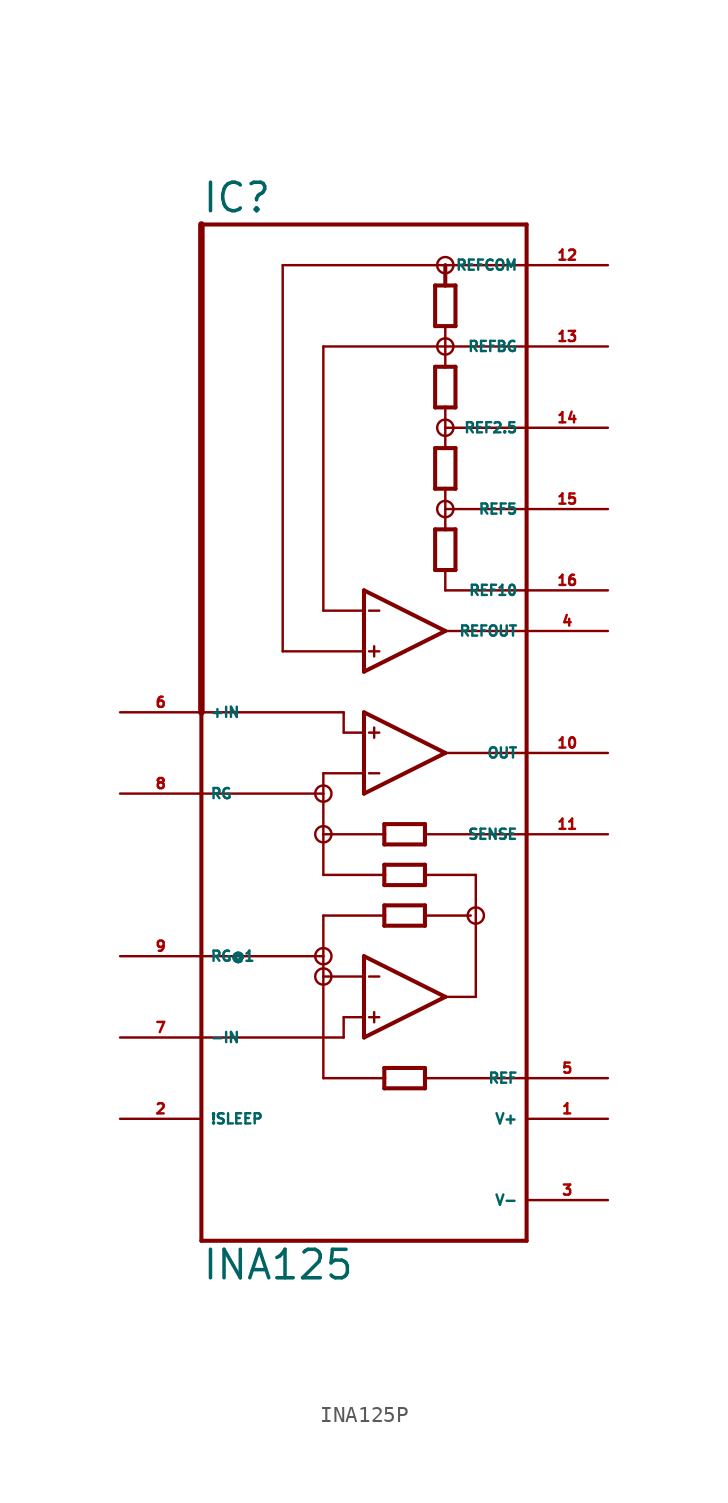
<source format=kicad_sym>
(kicad_symbol_lib
  (version 20220914)
  (generator Eagle2Kicad)
  (symbol "INA125P"
    (property "Reference" "IC"
      (at -12.7 28.575 0)
      (effects (font (size 1.778 1.778) (thickness 0.22)) (justify left bottom)))
    (property "Value" "INA125"
      (at -12.7 -38.1 0)
      (effects (font (size 1.778 1.778) (thickness 0.22)) (justify left bottom)))
    (polyline
      (pts (xy -2.54 -7.62) (xy -2.54 -6.35))
      (stroke (width 0.254) (type default))
      (fill (type none)))
    (polyline
      (pts (xy -2.54 -6.35) (xy -2.54 -3.81))
      (stroke (width 0.254) (type default))
      (fill (type none)))
    (polyline
      (pts (xy -2.54 -3.81) (xy -2.54 -2.54))
      (stroke (width 0.254) (type default))
      (fill (type none)))
    (polyline
      (pts (xy -2.54 -2.54) (xy 2.54 -5.08))
      (stroke (width 0.254) (type default))
      (fill (type none)))
    (polyline
      (pts (xy 2.54 -5.08) (xy -2.54 -7.62))
      (stroke (width 0.254) (type default))
      (fill (type none)))
    (polyline
      (pts (xy -2.54 -3.81) (xy -3.81 -3.81))
      (stroke (width 0.152) (type default))
      (fill (type none)))
    (polyline
      (pts (xy 1.27 -12.065) (xy 1.27 -12.7))
      (stroke (width 0.254) (type default))
      (fill (type none)))
    (polyline
      (pts (xy 1.27 -12.7) (xy 1.27 -13.335))
      (stroke (width 0.254) (type default))
      (fill (type none)))
    (polyline
      (pts (xy 1.27 -13.335) (xy -1.27 -13.335))
      (stroke (width 0.254) (type default))
      (fill (type none)))
    (polyline
      (pts (xy -1.27 -13.335) (xy -1.27 -12.7))
      (stroke (width 0.254) (type default))
      (fill (type none)))
    (polyline
      (pts (xy -1.27 -12.7) (xy -1.27 -12.065))
      (stroke (width 0.254) (type default))
      (fill (type none)))
    (polyline
      (pts (xy -1.27 -12.065) (xy 1.27 -12.065))
      (stroke (width 0.254) (type default))
      (fill (type none)))
    (polyline
      (pts (xy -1.27 -9.525) (xy -1.27 -10.16))
      (stroke (width 0.254) (type default))
      (fill (type none)))
    (polyline
      (pts (xy -1.27 -10.16) (xy -1.27 -10.795))
      (stroke (width 0.254) (type default))
      (fill (type none)))
    (polyline
      (pts (xy -1.27 -10.795) (xy 1.27 -10.795))
      (stroke (width 0.254) (type default))
      (fill (type none)))
    (polyline
      (pts (xy 1.27 -10.795) (xy 1.27 -10.16))
      (stroke (width 0.254) (type default))
      (fill (type none)))
    (polyline
      (pts (xy 1.27 -10.16) (xy 1.27 -9.525))
      (stroke (width 0.254) (type default))
      (fill (type none)))
    (polyline
      (pts (xy 1.27 -9.525) (xy -1.27 -9.525))
      (stroke (width 0.254) (type default))
      (fill (type none)))
    (polyline
      (pts (xy -2.54 -6.35) (xy -5.08 -6.35))
      (stroke (width 0.152) (type default))
      (fill (type none)))
    (polyline
      (pts (xy -5.08 -6.35) (xy -5.08 -7.62))
      (stroke (width 0.152) (type default))
      (fill (type none)))
    (polyline
      (pts (xy -2.223 -3.81) (xy -1.587 -3.81))
      (stroke (width 0.152) (type default))
      (fill (type none)))
    (polyline
      (pts (xy -2.223 -6.35) (xy -1.587 -6.35))
      (stroke (width 0.152) (type default))
      (fill (type none)))
    (polyline
      (pts (xy -1.905 -3.493) (xy -1.905 -4.128))
      (stroke (width 0.152) (type default))
      (fill (type none)))
    (polyline
      (pts (xy 2.54 -5.08) (xy 7.62 -5.08))
      (stroke (width 0.152) (type default))
      (fill (type none)))
    (polyline
      (pts (xy -12.7 -35.56) (xy 7.62 -35.56))
      (stroke (width 0.254) (type default))
      (fill (type none)))
    (polyline
      (pts (xy 7.62 -35.56) (xy 7.62 -25.4))
      (stroke (width 0.254) (type default))
      (fill (type none)))
    (polyline
      (pts (xy 7.62 -25.4) (xy 7.62 -10.16))
      (stroke (width 0.254) (type default))
      (fill (type none)))
    (polyline
      (pts (xy 7.62 -10.16) (xy 7.62 2.54))
      (stroke (width 0.254) (type default))
      (fill (type none)))
    (polyline
      (pts (xy 7.62 2.54) (xy 7.62 5.08))
      (stroke (width 0.254) (type default))
      (fill (type none)))
    (polyline
      (pts (xy 7.62 5.08) (xy 7.62 10.16))
      (stroke (width 0.254) (type default))
      (fill (type none)))
    (polyline
      (pts (xy 7.62 10.16) (xy 7.62 15.24))
      (stroke (width 0.254) (type default))
      (fill (type none)))
    (polyline
      (pts (xy 7.62 15.24) (xy 7.62 20.32))
      (stroke (width 0.254) (type default))
      (fill (type none)))
    (polyline
      (pts (xy 7.62 20.32) (xy 7.62 25.4))
      (stroke (width 0.254) (type default))
      (fill (type none)))
    (polyline
      (pts (xy 7.62 25.4) (xy 7.62 27.94))
      (stroke (width 0.254) (type default))
      (fill (type none)))
    (polyline
      (pts (xy 7.62 27.94) (xy -12.7 27.94))
      (stroke (width 0.254) (type default))
      (fill (type none)))
    (polyline
      (pts (xy -12.7 -2.54) (xy -12.7 -7.62))
      (stroke (width 0.254) (type default))
      (fill (type none)))
    (polyline
      (pts (xy -12.7 -7.62) (xy -12.7 -17.78))
      (stroke (width 0.254) (type default))
      (fill (type none)))
    (polyline
      (pts (xy -12.7 -17.78) (xy -12.7 -22.86))
      (stroke (width 0.254) (type default))
      (fill (type none)))
    (polyline
      (pts (xy -12.7 -22.86) (xy -12.7 -35.56))
      (stroke (width 0.254) (type default))
      (fill (type none)))
    (polyline
      (pts (xy -2.54 -22.86) (xy -2.54 -21.59))
      (stroke (width 0.254) (type default))
      (fill (type none)))
    (polyline
      (pts (xy -2.54 -21.59) (xy -2.54 -19.05))
      (stroke (width 0.254) (type default))
      (fill (type none)))
    (polyline
      (pts (xy -2.54 -19.05) (xy -2.54 -17.78))
      (stroke (width 0.254) (type default))
      (fill (type none)))
    (polyline
      (pts (xy -2.54 -17.78) (xy 2.54 -20.32))
      (stroke (width 0.254) (type default))
      (fill (type none)))
    (polyline
      (pts (xy 2.54 -20.32) (xy -2.54 -22.86))
      (stroke (width 0.254) (type default))
      (fill (type none)))
    (polyline
      (pts (xy 1.27 -15.875) (xy 1.27 -15.24))
      (stroke (width 0.254) (type default))
      (fill (type none)))
    (polyline
      (pts (xy 1.27 -15.24) (xy 1.27 -14.605))
      (stroke (width 0.254) (type default))
      (fill (type none)))
    (polyline
      (pts (xy 1.27 -14.605) (xy -1.27 -14.605))
      (stroke (width 0.254) (type default))
      (fill (type none)))
    (polyline
      (pts (xy -1.27 -14.605) (xy -1.27 -15.24))
      (stroke (width 0.254) (type default))
      (fill (type none)))
    (polyline
      (pts (xy -1.27 -15.24) (xy -1.27 -15.875))
      (stroke (width 0.254) (type default))
      (fill (type none)))
    (polyline
      (pts (xy -1.27 -15.875) (xy 1.27 -15.875))
      (stroke (width 0.254) (type default))
      (fill (type none)))
    (polyline
      (pts (xy -1.27 -26.035) (xy -1.27 -25.4))
      (stroke (width 0.254) (type default))
      (fill (type none)))
    (polyline
      (pts (xy -1.27 -25.4) (xy -1.27 -24.765))
      (stroke (width 0.254) (type default))
      (fill (type none)))
    (polyline
      (pts (xy -1.27 -24.765) (xy 1.27 -24.765))
      (stroke (width 0.254) (type default))
      (fill (type none)))
    (polyline
      (pts (xy 1.27 -24.765) (xy 1.27 -25.4))
      (stroke (width 0.254) (type default))
      (fill (type none)))
    (polyline
      (pts (xy 1.27 -25.4) (xy 1.27 -26.035))
      (stroke (width 0.254) (type default))
      (fill (type none)))
    (polyline
      (pts (xy 1.27 -26.035) (xy -1.27 -26.035))
      (stroke (width 0.254) (type default))
      (fill (type none)))
    (polyline
      (pts (xy -2.54 -19.05) (xy -5.08 -19.05))
      (stroke (width 0.152) (type default))
      (fill (type none)))
    (polyline
      (pts (xy -5.08 -19.05) (xy -5.08 -17.78))
      (stroke (width 0.152) (type default))
      (fill (type none)))
    (polyline
      (pts (xy -2.54 -21.59) (xy -3.81 -21.59))
      (stroke (width 0.152) (type default))
      (fill (type none)))
    (polyline
      (pts (xy -2.223 -19.05) (xy -1.587 -19.05))
      (stroke (width 0.152) (type default))
      (fill (type none)))
    (polyline
      (pts (xy -2.223 -21.59) (xy -1.587 -21.59))
      (stroke (width 0.152) (type default))
      (fill (type none)))
    (polyline
      (pts (xy -1.905 -21.273) (xy -1.905 -21.907))
      (stroke (width 0.152) (type default))
      (fill (type none)))
    (polyline
      (pts (xy 2.54 -20.32) (xy 4.445 -20.32))
      (stroke (width 0.152) (type default))
      (fill (type none)))
    (polyline
      (pts (xy -12.7 -2.54) (xy -3.81 -2.54))
      (stroke (width 0.152) (type default))
      (fill (type none)))
    (polyline
      (pts (xy -3.81 -2.54) (xy -3.81 -3.81))
      (stroke (width 0.152) (type default))
      (fill (type none)))
    (polyline
      (pts (xy -12.7 -7.62) (xy -5.08 -7.62))
      (stroke (width 0.152) (type default))
      (fill (type none)))
    (polyline
      (pts (xy -5.08 -7.62) (xy -5.08 -10.16))
      (stroke (width 0.152) (type default))
      (fill (type none)))
    (polyline
      (pts (xy -5.08 -10.16) (xy -1.27 -10.16))
      (stroke (width 0.152) (type default))
      (fill (type none)))
    (polyline
      (pts (xy -3.81 -21.59) (xy -3.81 -22.86))
      (stroke (width 0.152) (type default))
      (fill (type none)))
    (polyline
      (pts (xy -3.81 -22.86) (xy -12.7 -22.86))
      (stroke (width 0.152) (type default))
      (fill (type none)))
    (polyline
      (pts (xy -12.7 -17.78) (xy -5.08 -17.78))
      (stroke (width 0.152) (type default))
      (fill (type none)))
    (polyline
      (pts (xy -5.08 -12.7) (xy -1.27 -12.7))
      (stroke (width 0.152) (type default))
      (fill (type none)))
    (polyline
      (pts (xy -5.08 -10.16) (xy -5.08 -12.7))
      (stroke (width 0.152) (type default))
      (fill (type none)))
    (polyline
      (pts (xy 1.27 -12.7) (xy 4.445 -12.7))
      (stroke (width 0.152) (type default))
      (fill (type none)))
    (polyline
      (pts (xy 4.445 -12.7) (xy 4.445 -20.32))
      (stroke (width 0.152) (type default))
      (fill (type none)))
    (polyline
      (pts (xy 1.27 -15.24) (xy 4.128 -15.24))
      (stroke (width 0.152) (type default))
      (fill (type none)))
    (polyline
      (pts (xy -1.27 -15.24) (xy -5.08 -15.24))
      (stroke (width 0.152) (type default))
      (fill (type none)))
    (polyline
      (pts (xy -5.08 -15.24) (xy -5.08 -17.78))
      (stroke (width 0.152) (type default))
      (fill (type none)))
    (polyline
      (pts (xy -5.08 -19.05) (xy -5.08 -25.4))
      (stroke (width 0.152) (type default))
      (fill (type none)))
    (polyline
      (pts (xy 1.27 -25.4) (xy 7.62 -25.4))
      (stroke (width 0.152) (type default))
      (fill (type none)))
    (polyline
      (pts (xy -5.08 -25.4) (xy -1.27 -25.4))
      (stroke (width 0.152) (type default))
      (fill (type none)))
    (polyline
      (pts (xy -2.54 5.08) (xy -2.54 3.81))
      (stroke (width 0.254) (type default))
      (fill (type none)))
    (polyline
      (pts (xy -2.54 3.81) (xy -2.54 1.27))
      (stroke (width 0.254) (type default))
      (fill (type none)))
    (polyline
      (pts (xy -2.54 1.27) (xy -2.54 0))
      (stroke (width 0.254) (type default))
      (fill (type none)))
    (polyline
      (pts (xy -2.54 0) (xy 2.54 2.54))
      (stroke (width 0.254) (type default))
      (fill (type none)))
    (polyline
      (pts (xy 2.54 2.54) (xy -2.54 5.08))
      (stroke (width 0.254) (type default))
      (fill (type none)))
    (polyline
      (pts (xy -2.54 3.81) (xy -5.08 3.81))
      (stroke (width 0.152) (type default))
      (fill (type none)))
    (polyline
      (pts (xy -2.223 1.27) (xy -1.587 1.27))
      (stroke (width 0.152) (type default))
      (fill (type none)))
    (polyline
      (pts (xy -2.223 3.81) (xy -1.587 3.81))
      (stroke (width 0.152) (type default))
      (fill (type none)))
    (polyline
      (pts (xy -1.905 0.953) (xy -1.905 1.587))
      (stroke (width 0.152) (type default))
      (fill (type none)))
    (polyline
      (pts (xy 3.175 6.35) (xy 2.54 6.35))
      (stroke (width 0.254) (type default))
      (fill (type none)))
    (polyline
      (pts (xy 2.54 6.35) (xy 1.905 6.35))
      (stroke (width 0.254) (type default))
      (fill (type none)))
    (polyline
      (pts (xy 1.905 6.35) (xy 1.905 8.89))
      (stroke (width 0.254) (type default))
      (fill (type none)))
    (polyline
      (pts (xy 1.905 8.89) (xy 2.54 8.89))
      (stroke (width 0.254) (type default))
      (fill (type none)))
    (polyline
      (pts (xy 2.54 8.89) (xy 3.175 8.89))
      (stroke (width 0.254) (type default))
      (fill (type none)))
    (polyline
      (pts (xy 3.175 8.89) (xy 3.175 6.35))
      (stroke (width 0.254) (type default))
      (fill (type none)))
    (polyline
      (pts (xy 3.175 11.43) (xy 2.54 11.43))
      (stroke (width 0.254) (type default))
      (fill (type none)))
    (polyline
      (pts (xy 2.54 11.43) (xy 1.905 11.43))
      (stroke (width 0.254) (type default))
      (fill (type none)))
    (polyline
      (pts (xy 1.905 11.43) (xy 1.905 13.97))
      (stroke (width 0.254) (type default))
      (fill (type none)))
    (polyline
      (pts (xy 1.905 13.97) (xy 2.54 13.97))
      (stroke (width 0.254) (type default))
      (fill (type none)))
    (polyline
      (pts (xy 2.54 13.97) (xy 3.175 13.97))
      (stroke (width 0.254) (type default))
      (fill (type none)))
    (polyline
      (pts (xy 3.175 13.97) (xy 3.175 11.43))
      (stroke (width 0.254) (type default))
      (fill (type none)))
    (polyline
      (pts (xy 3.175 16.51) (xy 2.54 16.51))
      (stroke (width 0.254) (type default))
      (fill (type none)))
    (polyline
      (pts (xy 2.54 16.51) (xy 1.905 16.51))
      (stroke (width 0.254) (type default))
      (fill (type none)))
    (polyline
      (pts (xy 1.905 16.51) (xy 1.905 19.05))
      (stroke (width 0.254) (type default))
      (fill (type none)))
    (polyline
      (pts (xy 1.905 19.05) (xy 2.54 19.05))
      (stroke (width 0.254) (type default))
      (fill (type none)))
    (polyline
      (pts (xy 2.54 19.05) (xy 3.175 19.05))
      (stroke (width 0.254) (type default))
      (fill (type none)))
    (polyline
      (pts (xy 3.175 19.05) (xy 3.175 16.51))
      (stroke (width 0.254) (type default))
      (fill (type none)))
    (polyline
      (pts (xy 3.175 21.59) (xy 1.905 21.59))
      (stroke (width 0.254) (type default))
      (fill (type none)))
    (polyline
      (pts (xy 1.905 21.59) (xy 1.905 24.13))
      (stroke (width 0.254) (type default))
      (fill (type none)))
    (polyline
      (pts (xy 1.905 24.13) (xy 2.54 24.13))
      (stroke (width 0.254) (type default))
      (fill (type none)))
    (polyline
      (pts (xy 2.54 24.13) (xy 3.175 24.13))
      (stroke (width 0.254) (type default))
      (fill (type none)))
    (polyline
      (pts (xy 3.175 24.13) (xy 3.175 21.59))
      (stroke (width 0.254) (type default))
      (fill (type none)))
    (polyline
      (pts (xy 2.54 5.08) (xy 7.62 5.08))
      (stroke (width 0.152) (type default))
      (fill (type none)))
    (polyline
      (pts (xy 2.54 10.16) (xy 7.62 10.16))
      (stroke (width 0.152) (type default))
      (fill (type none)))
    (polyline
      (pts (xy 2.54 15.24) (xy 7.62 15.24))
      (stroke (width 0.152) (type default))
      (fill (type none)))
    (polyline
      (pts (xy 2.54 20.32) (xy 7.62 20.32))
      (stroke (width 0.152) (type default))
      (fill (type none)))
    (polyline
      (pts (xy -7.62 1.27) (xy -7.62 25.4))
      (stroke (width 0.152) (type default))
      (fill (type none)))
    (polyline
      (pts (xy -7.62 25.4) (xy 2.54 25.4))
      (stroke (width 0.152) (type default))
      (fill (type none)))
    (polyline
      (pts (xy 2.54 25.4) (xy 7.62 25.4))
      (stroke (width 0.152) (type default))
      (fill (type none)))
    (polyline
      (pts (xy 2.54 2.54) (xy 7.62 2.54))
      (stroke (width 0.152) (type default))
      (fill (type none)))
    (polyline
      (pts (xy 2.54 5.08) (xy 2.54 6.35))
      (stroke (width 0.152) (type default))
      (fill (type none)))
    (polyline
      (pts (xy 2.54 11.43) (xy 2.54 10.16))
      (stroke (width 0.152) (type default))
      (fill (type none)))
    (polyline
      (pts (xy 2.54 10.16) (xy 2.54 8.89))
      (stroke (width 0.152) (type default))
      (fill (type none)))
    (polyline
      (pts (xy 2.54 16.51) (xy 2.54 15.24))
      (stroke (width 0.152) (type default))
      (fill (type none)))
    (polyline
      (pts (xy 2.54 15.24) (xy 2.54 13.97))
      (stroke (width 0.152) (type default))
      (fill (type none)))
    (polyline
      (pts (xy 2.54 21.526) (xy 2.54 20.32))
      (stroke (width 0.152) (type default))
      (fill (type none)))
    (polyline
      (pts (xy 2.54 20.32) (xy 2.54 19.05))
      (stroke (width 0.152) (type default))
      (fill (type none)))
    (polyline
      (pts (xy 2.54 25.4) (xy 2.54 24.13))
      (stroke (width 0.254) (type default))
      (fill (type none)))
    (polyline
      (pts (xy -2.54 1.27) (xy -7.62 1.27))
      (stroke (width 0.152) (type default))
      (fill (type none)))
    (polyline
      (pts (xy 2.54 20.32) (xy -5.08 20.32))
      (stroke (width 0.152) (type default))
      (fill (type none)))
    (polyline
      (pts (xy -5.08 20.32) (xy -5.08 3.81))
      (stroke (width 0.152) (type default))
      (fill (type none)))
    (polyline
      (pts (xy 1.27 -10.16) (xy 7.62 -10.16))
      (stroke (width 0.152) (type default))
      (fill (type none)))
    (polyline
      (pts (xy -12.7 27.94) (xy -12.7 -2.54))
      (stroke (width 0.406) (type default))
      (fill (type none)))
    (circle
      (center 2.54 15.24)
      (radius 0.508)
      (stroke (width 0) (type default))
      (fill (type none)))
    (circle
      (center 2.54 20.32)
      (radius 0.508)
      (stroke (width 0) (type default))
      (fill (type none)))
    (circle
      (center 2.54 25.4)
      (radius 0.508)
      (stroke (width 0) (type default))
      (fill (type none)))
    (circle
      (center 2.54 10.16)
      (radius 0.508)
      (stroke (width 0) (type default))
      (fill (type none)))
    (circle
      (center 4.445 -15.24)
      (radius 0.508)
      (stroke (width 0) (type default))
      (fill (type none)))
    (circle
      (center -5.08 -17.78)
      (radius 0.508)
      (stroke (width 0) (type default))
      (fill (type none)))
    (circle
      (center -5.08 -19.05)
      (radius 0.508)
      (stroke (width 0) (type default))
      (fill (type none)))
    (circle
      (center -5.08 -7.62)
      (radius 0.508)
      (stroke (width 0) (type default))
      (fill (type none)))
    (circle
      (center -5.08 -10.16)
      (radius 0.508)
      (stroke (width 0) (type default))
      (fill (type none)))
    (pin input line
      (at -17.78 -2.54 0)
      (length 5.08)
      (name "+IN" (effects (font (size 0.635 0.635) (thickness 0.08)) (justify left bottom)))
      (number "6" (effects (font (size 0.635 0.635) (thickness 0.08)) (justify left bottom))))
    (pin passive line
      (at -17.78 -7.62 0)
      (length 5.08)
      (name "RG" (effects (font (size 0.635 0.635) (thickness 0.08)) (justify left bottom)))
      (number "8" (effects (font (size 0.635 0.635) (thickness 0.08)) (justify left bottom))))
    (pin output line
      (at 12.7 -5.08 180)
      (length 5.08)
      (name "OUT" (effects (font (size 0.635 0.635) (thickness 0.08)) (justify left bottom)))
      (number "10" (effects (font (size 0.635 0.635) (thickness 0.08)) (justify left bottom))))
    (pin unspecified line
      (at 12.7 -27.94 180)
      (length 5.08)
      (name "V+" (effects (font (size 0.635 0.635) (thickness 0.08)) (justify left bottom)))
      (number "1" (effects (font (size 0.635 0.635) (thickness 0.08)) (justify left bottom))))
    (pin unspecified line
      (at 12.7 -33.02 180)
      (length 5.08)
      (name "V-" (effects (font (size 0.635 0.635) (thickness 0.08)) (justify left bottom)))
      (number "3" (effects (font (size 0.635 0.635) (thickness 0.08)) (justify left bottom))))
    (pin passive line
      (at -17.78 -17.78 0)
      (length 5.08)
      (name "RG@1" (effects (font (size 0.635 0.635) (thickness 0.08)) (justify left bottom)))
      (number "9" (effects (font (size 0.635 0.635) (thickness 0.08)) (justify left bottom))))
    (pin input line
      (at -17.78 -22.86 0)
      (length 5.08)
      (name "-IN" (effects (font (size 0.635 0.635) (thickness 0.08)) (justify left bottom)))
      (number "7" (effects (font (size 0.635 0.635) (thickness 0.08)) (justify left bottom))))
    (pin passive line
      (at 12.7 -25.4 180)
      (length 5.08)
      (name "REF" (effects (font (size 0.635 0.635) (thickness 0.08)) (justify left bottom)))
      (number "5" (effects (font (size 0.635 0.635) (thickness 0.08)) (justify left bottom))))
    (pin output line
      (at 12.7 2.54 180)
      (length 5.08)
      (name "REFOUT" (effects (font (size 0.635 0.635) (thickness 0.08)) (justify left bottom)))
      (number "4" (effects (font (size 0.635 0.635) (thickness 0.08)) (justify left bottom))))
    (pin output line
      (at 12.7 5.08 180)
      (length 5.08)
      (name "REF10" (effects (font (size 0.635 0.635) (thickness 0.08)) (justify left bottom)))
      (number "16" (effects (font (size 0.635 0.635) (thickness 0.08)) (justify left bottom))))
    (pin output line
      (at 12.7 10.16 180)
      (length 5.08)
      (name "REF5" (effects (font (size 0.635 0.635) (thickness 0.08)) (justify left bottom)))
      (number "15" (effects (font (size 0.635 0.635) (thickness 0.08)) (justify left bottom))))
    (pin output line
      (at 12.7 15.24 180)
      (length 5.08)
      (name "REF2.5" (effects (font (size 0.635 0.635) (thickness 0.08)) (justify left bottom)))
      (number "14" (effects (font (size 0.635 0.635) (thickness 0.08)) (justify left bottom))))
    (pin output line
      (at 12.7 20.32 180)
      (length 5.08)
      (name "REFBG" (effects (font (size 0.635 0.635) (thickness 0.08)) (justify left bottom)))
      (number "13" (effects (font (size 0.635 0.635) (thickness 0.08)) (justify left bottom))))
    (pin passive line
      (at 12.7 25.4 180)
      (length 5.08)
      (name "REFCOM" (effects (font (size 0.635 0.635) (thickness 0.08)) (justify left bottom)))
      (number "12" (effects (font (size 0.635 0.635) (thickness 0.08)) (justify left bottom))))
    (pin input line
      (at -17.78 -27.94 0)
      (length 5.08)
      (name "!SLEEP" (effects (font (size 0.635 0.635) (thickness 0.08)) (justify left bottom)))
      (number "2" (effects (font (size 0.635 0.635) (thickness 0.08)) (justify left bottom))))
    (pin passive line
      (at 12.7 -10.16 180)
      (length 5.08)
      (name "SENSE" (effects (font (size 0.635 0.635) (thickness 0.08)) (justify left bottom)))
      (number "11" (effects (font (size 0.635 0.635) (thickness 0.08)) (justify left bottom))))))
</source>
